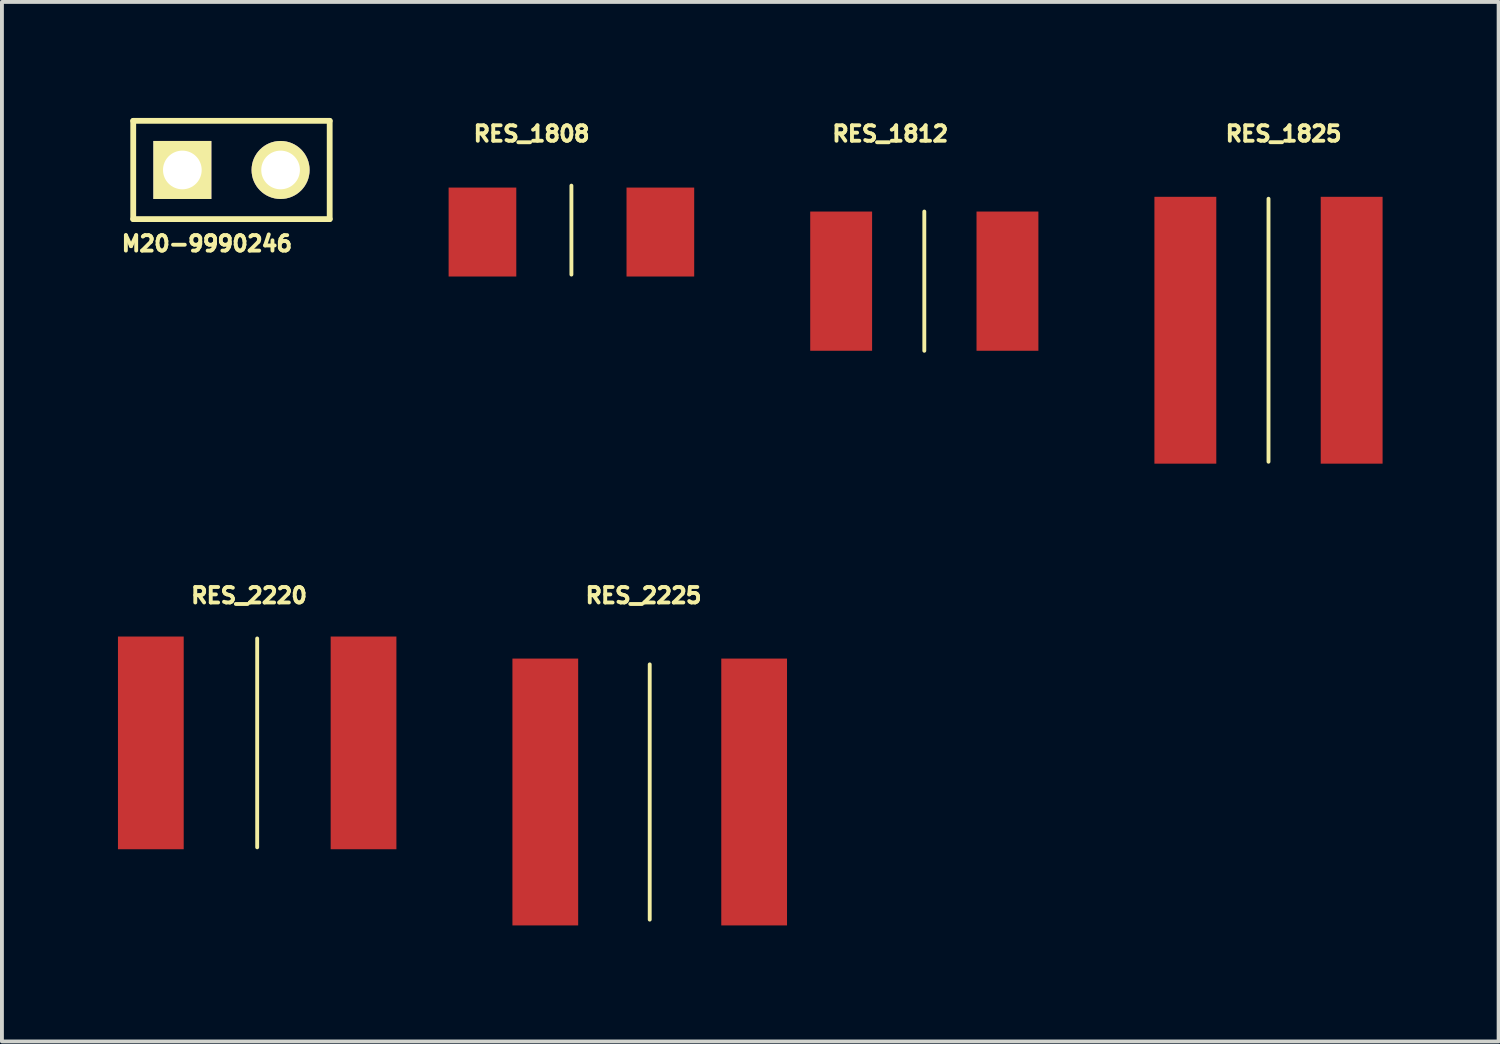
<source format=kicad_pcb>
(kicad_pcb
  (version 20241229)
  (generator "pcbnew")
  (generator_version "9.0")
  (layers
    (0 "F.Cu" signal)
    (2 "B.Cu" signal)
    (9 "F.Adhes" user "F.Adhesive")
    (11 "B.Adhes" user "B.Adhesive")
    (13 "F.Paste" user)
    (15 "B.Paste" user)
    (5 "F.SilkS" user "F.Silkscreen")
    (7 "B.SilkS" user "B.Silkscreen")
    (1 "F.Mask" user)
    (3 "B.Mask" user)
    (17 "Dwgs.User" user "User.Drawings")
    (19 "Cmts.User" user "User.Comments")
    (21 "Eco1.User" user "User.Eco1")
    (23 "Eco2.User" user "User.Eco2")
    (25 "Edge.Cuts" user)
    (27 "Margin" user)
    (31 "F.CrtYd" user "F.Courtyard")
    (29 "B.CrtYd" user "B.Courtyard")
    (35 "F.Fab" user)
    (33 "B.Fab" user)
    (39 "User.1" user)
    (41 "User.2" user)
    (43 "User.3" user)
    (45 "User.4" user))
  (footprint "RES_1825"
    (layer "F.Cu")
    (at 29.75 5.489)
    (property "Reference" "RES_1825" (at 0.39 -5.08 0) (layer "F.SilkS") (effects (font (size 0.4 0.4) (thickness 0.1))))
    (attr through_hole)
    (fp_line (start 0 -3.4) (end 0 3.4) (stroke (width 0.1) (type solid)) (layer "F.SilkS"))
    (pad "1" smd rect (at -2.15 0) (size 1.6 6.9) (layers "F.Cu" "F.Mask" "F.Paste"))
    (pad "2" smd rect (at 2.15 0) (size 1.6 6.9) (layers "F.Cu" "F.Mask" "F.Paste")))
  (footprint "M20-9990246"
    (layer "F.Cu")
    (at 1.665 1.345)
    (property "Reference" "M20-9990246" (at 0.635 1.905 0) (layer "F.SilkS") (effects (font (size 0.4 0.4) (thickness 0.1))))
    (attr through_hole)
    (fp_line (start -1.27 -1.27) (end 3.81 -1.27) (stroke (width 0.15) (type solid)) (layer "F.SilkS"))
    (fp_line (start -1.27 1.27) (end -1.27 -1.27) (stroke (width 0.15) (type solid)) (layer "F.SilkS"))
    (fp_line (start -1.27 1.27) (end 3.81 1.27) (stroke (width 0.15) (type solid)) (layer "F.SilkS"))
    (fp_line (start 3.81 1.27) (end 3.81 -1.27) (stroke (width 0.15) (type solid)) (layer "F.SilkS"))
    (pad "1" thru_hole rect (at 0 0) (size 1.5 1.5) (drill 1) (layers "*.Cu" "*.Mask" "F.SilkS"))
    (pad "2" thru_hole circle (at 2.54 0) (size 1.5 1.5) (drill 1) (layers "*.Cu" "*.Mask" "F.SilkS")))
  (footprint "RES_2225"
    (layer "F.Cu")
    (at 13.75 17.429)
    (property "Reference" "RES_2225" (at -0.16 -5.08 0) (layer "F.SilkS") (effects (font (size 0.4 0.4) (thickness 0.1))))
    (attr through_hole)
    (fp_line (start 0 -3.3) (end 0 3.3) (stroke (width 0.1) (type solid)) (layer "F.SilkS"))
    (pad "1" smd rect (at -2.7 0) (size 1.7 6.9) (layers "F.Cu" "F.Mask" "F.Paste"))
    (pad "2" smd rect (at 2.7 0) (size 1.7 6.9) (layers "F.Cu" "F.Mask" "F.Paste")))
  (footprint "RES_1808"
    (layer "F.Cu")
    (at 11.725 2.95)
    (property "Reference" "RES_1808" (at -1.03 -2.54 0) (layer "F.SilkS") (effects (font (size 0.4 0.4) (thickness 0.1))))
    (attr through_hole)
    (fp_line (start 0 -1.2) (end 0 1.1) (stroke (width 0.1) (type solid)) (layer "F.SilkS"))
    (pad "1" smd rect (at -2.3 0) (size 1.75 2.3) (layers "F.Cu" "F.Mask" "F.Paste"))
    (pad "2" smd rect (at 2.3 0) (size 1.75 2.3) (layers "F.Cu" "F.Mask" "F.Paste")))
  (footprint "RES_1812"
    (layer "F.Cu")
    (at 20.85 4.22)
    (property "Reference" "RES_1812" (at -0.88 -3.81 0) (layer "F.SilkS") (effects (font (size 0.4 0.4) (thickness 0.1))))
    (attr through_hole)
    (fp_line (start 0 -1.8) (end 0 1.8) (stroke (width 0.1) (type solid)) (layer "F.SilkS"))
    (pad "1" smd rect (at -2.15 0) (size 1.6 3.6) (layers "F.Cu" "F.Mask" "F.Paste"))
    (pad "2" smd rect (at 2.15 0) (size 1.6 3.6) (layers "F.Cu" "F.Mask" "F.Paste")))
  (footprint "RES_2220"
    (layer "F.Cu")
    (at 3.6 16.159)
    (property "Reference" "RES_2220" (at -0.21 -3.81 0) (layer "F.SilkS") (effects (font (size 0.4 0.4) (thickness 0.1))))
    (attr through_hole)
    (fp_line (start 0 -2.7) (end 0 2.7) (stroke (width 0.1) (type solid)) (layer "F.SilkS"))
    (pad "1" smd rect (at -2.75 0) (size 1.7 5.5) (layers "F.Cu" "F.Mask" "F.Paste"))
    (pad "2" smd rect (at 2.75 0) (size 1.7 5.5) (layers "F.Cu" "F.Mask" "F.Paste")))
  (gr_rect
    (start -3 -3)
    (end 35.7 23.879)
    (stroke (width 0.1) (type default))
    (fill no)
    (layer "Edge.Cuts")))
</source>
